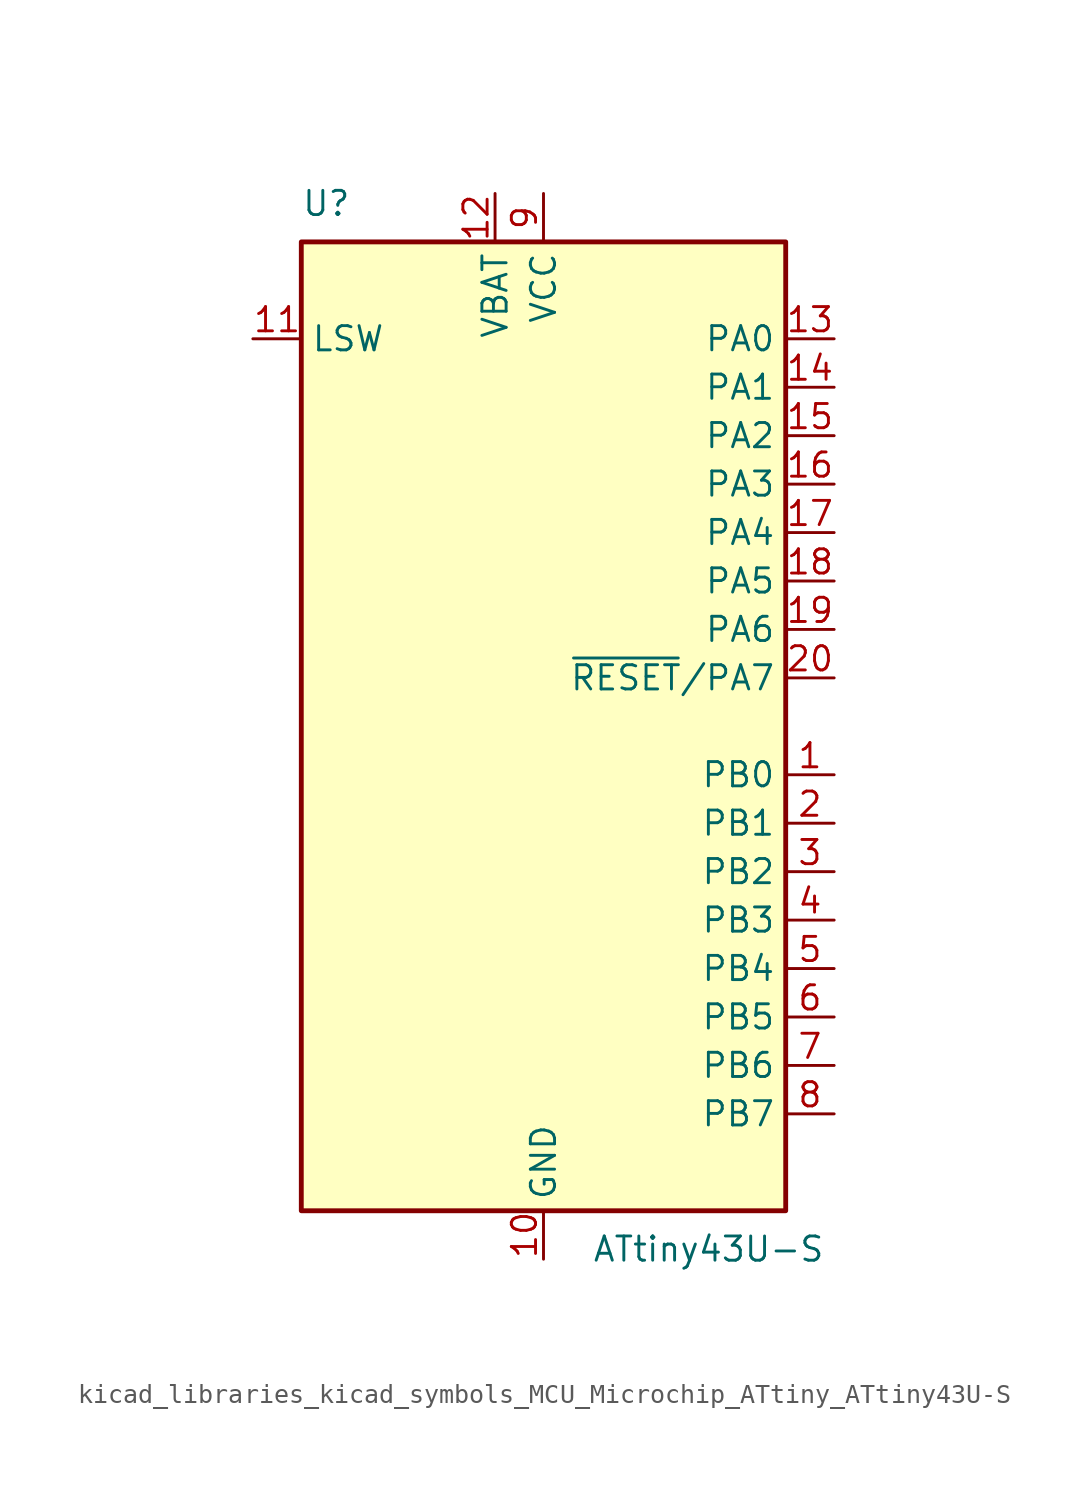
<source format=kicad_sym>
(kicad_symbol_lib
  (version 20220914)
  (generator kicad_symbol_editor)
  (symbol "kicad_libraries_kicad_symbols_MCU_Microchip_ATtiny_ATtiny43U-S"
    (property "Reference" "U"
      (at -12.7 26.67 0)
      (effects (font (size 1.27 1.27)) (justify left bottom)))
    (property "Value" "ATtiny43U-S"
      (at 2.54 -26.67 0)
      (effects (font (size 1.27 1.27)) (justify left top)))
    (symbol "kicad_libraries_kicad_symbols_MCU_Microchip_ATtiny_ATtiny43U-S_0_1"
      (rectangle (start -12.7 -25.4) (end 12.7 25.4) (stroke (width 0.254) (type default)) (fill (type background))))
    (symbol "kicad_libraries_kicad_symbols_MCU_Microchip_ATtiny_ATtiny43U-S_1_1"
      (pin bidirectional line (at 15.24 -2.54 180) (length 2.54) (name "PB0" (effects (font (size 1.27 1.27)))) (number "1" (effects (font (size 1.27 1.27)))))
      (pin power_in line (at 0 -27.94 90) (length 2.54) (name "GND" (effects (font (size 1.27 1.27)))) (number "10" (effects (font (size 1.27 1.27)))))
      (pin passive line (at -15.24 20.32 0) (length 2.54) (name "LSW" (effects (font (size 1.27 1.27)))) (number "11" (effects (font (size 1.27 1.27)))))
      (pin power_in line (at -2.54 27.94 270) (length 2.54) (name "VBAT" (effects (font (size 1.27 1.27)))) (number "12" (effects (font (size 1.27 1.27)))))
      (pin bidirectional line (at 15.24 20.32 180) (length 2.54) (name "PA0" (effects (font (size 1.27 1.27)))) (number "13" (effects (font (size 1.27 1.27)))))
      (pin bidirectional line (at 15.24 17.78 180) (length 2.54) (name "PA1" (effects (font (size 1.27 1.27)))) (number "14" (effects (font (size 1.27 1.27)))))
      (pin bidirectional line (at 15.24 15.24 180) (length 2.54) (name "PA2" (effects (font (size 1.27 1.27)))) (number "15" (effects (font (size 1.27 1.27)))))
      (pin bidirectional line (at 15.24 12.7 180) (length 2.54) (name "PA3" (effects (font (size 1.27 1.27)))) (number "16" (effects (font (size 1.27 1.27)))))
      (pin bidirectional line (at 15.24 10.16 180) (length 2.54) (name "PA4" (effects (font (size 1.27 1.27)))) (number "17" (effects (font (size 1.27 1.27)))))
      (pin bidirectional line (at 15.24 7.62 180) (length 2.54) (name "PA5" (effects (font (size 1.27 1.27)))) (number "18" (effects (font (size 1.27 1.27)))))
      (pin bidirectional line (at 15.24 5.08 180) (length 2.54) (name "PA6" (effects (font (size 1.27 1.27)))) (number "19" (effects (font (size 1.27 1.27)))))
      (pin bidirectional line (at 15.24 -5.08 180) (length 2.54) (name "PB1" (effects (font (size 1.27 1.27)))) (number "2" (effects (font (size 1.27 1.27)))))
      (pin bidirectional line (at 15.24 2.54 180) (length 2.54) (name "~{RESET}/PA7" (effects (font (size 1.27 1.27)))) (number "20" (effects (font (size 1.27 1.27)))))
      (pin bidirectional line (at 15.24 -7.62 180) (length 2.54) (name "PB2" (effects (font (size 1.27 1.27)))) (number "3" (effects (font (size 1.27 1.27)))))
      (pin bidirectional line (at 15.24 -10.16 180) (length 2.54) (name "PB3" (effects (font (size 1.27 1.27)))) (number "4" (effects (font (size 1.27 1.27)))))
      (pin bidirectional line (at 15.24 -12.7 180) (length 2.54) (name "PB4" (effects (font (size 1.27 1.27)))) (number "5" (effects (font (size 1.27 1.27)))))
      (pin bidirectional line (at 15.24 -15.24 180) (length 2.54) (name "PB5" (effects (font (size 1.27 1.27)))) (number "6" (effects (font (size 1.27 1.27)))))
      (pin bidirectional line (at 15.24 -17.78 180) (length 2.54) (name "PB6" (effects (font (size 1.27 1.27)))) (number "7" (effects (font (size 1.27 1.27)))))
      (pin bidirectional line (at 15.24 -20.32 180) (length 2.54) (name "PB7" (effects (font (size 1.27 1.27)))) (number "8" (effects (font (size 1.27 1.27)))))
      (pin power_in line (at 0 27.94 270) (length 2.54) (name "VCC" (effects (font (size 1.27 1.27)))) (number "9" (effects (font (size 1.27 1.27))))))))
</source>
